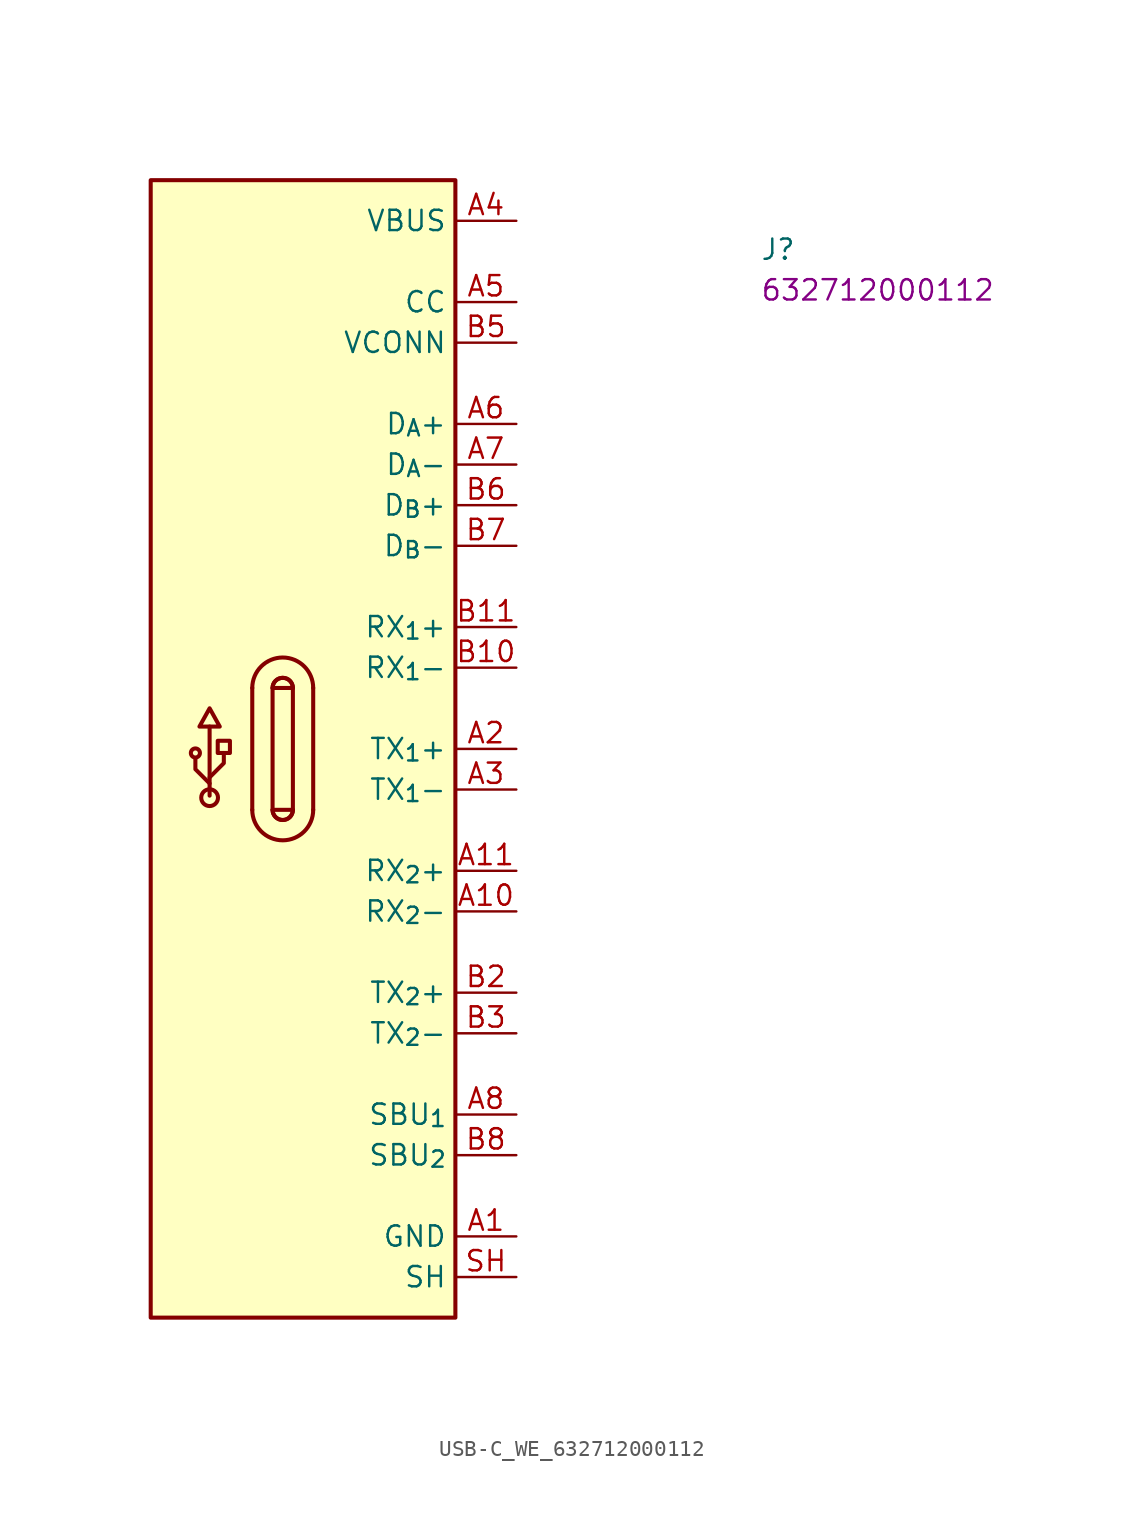
<source format=kicad_sym>
(kicad_symbol_lib
  (version 20220914)
  (generator kicad_symbol_editor)
  (symbol "USB-C_WE_632712000112"
    (property "Reference" "J"
      (at 15.24 -2.54 0)
      (effects (font (size 1.27 1.27) (thickness 0.15)) (justify left bottom)))
    (property "MPN" "632712000112"
      (at 15.24 -5.08 0)
      (effects (font (size 1.27 1.27) (thickness 0.15)) (justify left bottom)))
    (symbol "USB-C_WE_632712000112_1_1"
      (rectangle (start -22.86 -68.58) (end -3.81 2.54) (stroke (width 0.254) (type default)) (fill (type background)))
      (circle (center -20.066 -33.274) (radius 0.284) (stroke (width 0.254) (type default)) (fill (type background)))
      (circle (center -19.177 -36.068) (radius 0.524) (stroke (width 0.254) (type default)) (fill (type background)))
      (rectangle (start -18.669 -33.274) (end -17.907 -32.512) (stroke (width 0.254) (type default)) (fill (type background)))
      (arc (start -16.51 -36.83) (mid -14.605 -38.7267) (end -12.7 -36.83) (stroke (width 0.254) (type default)) (fill (type background)))
      (arc (start -15.24 -36.83) (mid -14.605 -37.4623) (end -13.97 -36.83) (stroke (width 0.254) (type default)) (fill (type background)))
      (arc (start -15.24 -36.83) (mid -14.605 -37.4623) (end -13.97 -36.83) (stroke (width 0.254) (type default)) (fill (type background)))
      (rectangle (start -15.24 -36.83) (end -13.97 -29.21) (stroke (width 0.254) (type default)) (fill (type background)))
      (arc (start -13.97 -29.21) (mid -14.605 -28.5777) (end -15.24 -29.21) (stroke (width 0.254) (type default)) (fill (type background)))
      (arc (start -13.97 -29.21) (mid -14.605 -28.5777) (end -15.24 -29.21) (stroke (width 0.254) (type default)) (fill (type background)))
      (arc (start -12.7 -29.21) (mid -14.605 -27.3133) (end -16.51 -29.21) (stroke (width 0.254) (type default)) (fill (type background)))
      (polyline (pts (xy -19.177 -35.941) (xy -19.177 -31.623)) (stroke (width 0.254) (type default)) (fill (type background)))
      (polyline (pts (xy -16.51 -36.83) (xy -16.51 -29.21)) (stroke (width 0.254) (type default)) (fill (type background)))
      (polyline (pts (xy -12.7 -29.21) (xy -12.7 -36.83)) (stroke (width 0.254) (type default)) (fill (type background)))
      (polyline (pts (xy -19.177 -35.179) (xy -20.066 -34.29) (xy -20.066 -33.655)) (stroke (width 0.254) (type default)) (fill (type background)))
      (polyline (pts (xy -19.177 -34.798) (xy -18.288 -33.909) (xy -18.288 -33.274)) (stroke (width 0.254) (type default)) (fill (type background)))
      (polyline (pts (xy -19.812 -31.623) (xy -19.177 -30.48) (xy -18.542 -31.623) (xy -19.812 -31.623)) (stroke (width 0.254) (type default)) (fill (type background)))
      (pin power_in line (at 0 -63.5 180) (length 3.81) (name "GND" (effects (font (size 1.27 1.27)))) (number "A1" (effects (font (size 1.27 1.27)))))
      (pin bidirectional line (at 0 -43.18 180) (length 3.81) (name "RX_{2}-" (effects (font (size 1.27 1.27)))) (number "A10" (effects (font (size 1.27 1.27)))))
      (pin bidirectional line (at 0 -40.64 180) (length 3.81) (name "RX_{2}+" (effects (font (size 1.27 1.27)))) (number "A11" (effects (font (size 1.27 1.27)))))
      (pin passive line (at 0 -63.5 180) (length 3.81) hide (name "GND" (effects (font (size 1.27 1.27)))) (number "A12" (effects (font (size 1.27 1.27)))))
      (pin bidirectional line (at 0 -33.02 180) (length 3.81) (name "TX_{1}+" (effects (font (size 1.27 1.27)))) (number "A2" (effects (font (size 1.27 1.27)))))
      (pin bidirectional line (at 0 -35.56 180) (length 3.81) (name "TX_{1}-" (effects (font (size 1.27 1.27)))) (number "A3" (effects (font (size 1.27 1.27)))))
      (pin passive line (at 0 0 180) (length 3.81) (name "VBUS" (effects (font (size 1.27 1.27)))) (number "A4" (effects (font (size 1.27 1.27)))))
      (pin bidirectional line (at 0 -5.08 180) (length 3.81) (name "CC" (effects (font (size 1.27 1.27)))) (number "A5" (effects (font (size 1.27 1.27)))))
      (pin bidirectional line (at 0 -12.7 180) (length 3.81) (name "D_{A}+" (effects (font (size 1.27 1.27)))) (number "A6" (effects (font (size 1.27 1.27)))))
      (pin bidirectional line (at 0 -15.24 180) (length 3.81) (name "D_{A}-" (effects (font (size 1.27 1.27)))) (number "A7" (effects (font (size 1.27 1.27)))))
      (pin bidirectional line (at 0 -55.88 180) (length 3.81) (name "SBU_{1}" (effects (font (size 1.27 1.27)))) (number "A8" (effects (font (size 1.27 1.27)))))
      (pin passive line (at 0 0 180) (length 3.81) hide (name "VBUS" (effects (font (size 1.27 1.27)))) (number "A9" (effects (font (size 1.27 1.27)))))
      (pin passive line (at 0 -63.5 180) (length 3.81) hide (name "GND" (effects (font (size 1.27 1.27)))) (number "B1" (effects (font (size 1.27 1.27)))))
      (pin bidirectional line (at 0 -27.94 180) (length 3.81) (name "RX_{1}-" (effects (font (size 1.27 1.27)))) (number "B10" (effects (font (size 1.27 1.27)))))
      (pin bidirectional line (at 0 -25.4 180) (length 3.81) (name "RX_{1}+" (effects (font (size 1.27 1.27)))) (number "B11" (effects (font (size 1.27 1.27)))))
      (pin passive line (at 0 -63.5 180) (length 3.81) hide (name "GND" (effects (font (size 1.27 1.27)))) (number "B12" (effects (font (size 1.27 1.27)))))
      (pin bidirectional line (at 0 -48.26 180) (length 3.81) (name "TX_{2}+" (effects (font (size 1.27 1.27)))) (number "B2" (effects (font (size 1.27 1.27)))))
      (pin bidirectional line (at 0 -50.8 180) (length 3.81) (name "TX_{2}-" (effects (font (size 1.27 1.27)))) (number "B3" (effects (font (size 1.27 1.27)))))
      (pin passive line (at 0 0 180) (length 3.81) hide (name "VBUS" (effects (font (size 1.27 1.27)))) (number "B4" (effects (font (size 1.27 1.27)))))
      (pin bidirectional line (at 0 -7.62 180) (length 3.81) (name "VCONN" (effects (font (size 1.27 1.27)))) (number "B5" (effects (font (size 1.27 1.27)))))
      (pin bidirectional line (at 0 -17.78 180) (length 3.81) (name "D_{B}+" (effects (font (size 1.27 1.27)))) (number "B6" (effects (font (size 1.27 1.27)))))
      (pin bidirectional line (at 0 -20.32 180) (length 3.81) (name "D_{B}-" (effects (font (size 1.27 1.27)))) (number "B7" (effects (font (size 1.27 1.27)))))
      (pin bidirectional line (at 0 -58.42 180) (length 3.81) (name "SBU_{2}" (effects (font (size 1.27 1.27)))) (number "B8" (effects (font (size 1.27 1.27)))))
      (pin passive line (at 0 0 180) (length 3.81) hide (name "VBUS" (effects (font (size 1.27 1.27)))) (number "B9" (effects (font (size 1.27 1.27)))))
      (pin passive line (at 0 -66.04 180) (length 3.81) (name "SH" (effects (font (size 1.27 1.27)))) (number "SH" (effects (font (size 1.27 1.27))))))))
</source>
